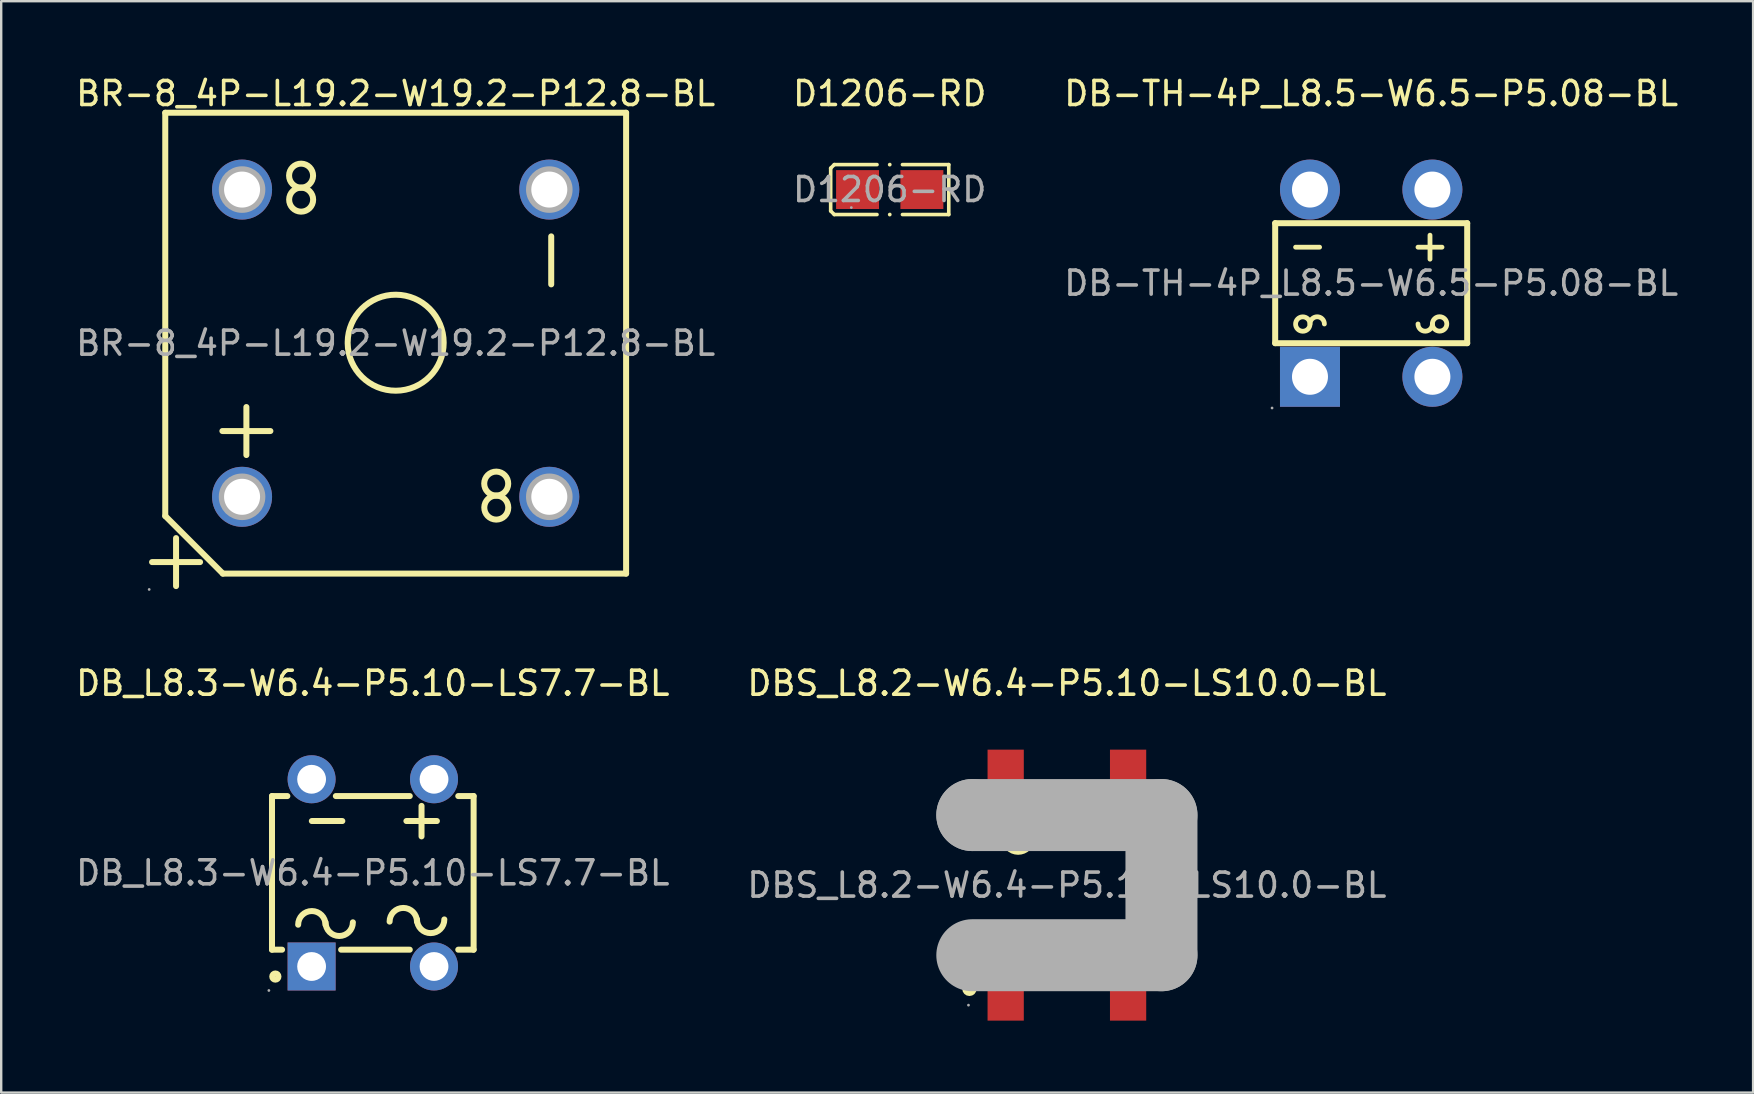
<source format=kicad_pcb>
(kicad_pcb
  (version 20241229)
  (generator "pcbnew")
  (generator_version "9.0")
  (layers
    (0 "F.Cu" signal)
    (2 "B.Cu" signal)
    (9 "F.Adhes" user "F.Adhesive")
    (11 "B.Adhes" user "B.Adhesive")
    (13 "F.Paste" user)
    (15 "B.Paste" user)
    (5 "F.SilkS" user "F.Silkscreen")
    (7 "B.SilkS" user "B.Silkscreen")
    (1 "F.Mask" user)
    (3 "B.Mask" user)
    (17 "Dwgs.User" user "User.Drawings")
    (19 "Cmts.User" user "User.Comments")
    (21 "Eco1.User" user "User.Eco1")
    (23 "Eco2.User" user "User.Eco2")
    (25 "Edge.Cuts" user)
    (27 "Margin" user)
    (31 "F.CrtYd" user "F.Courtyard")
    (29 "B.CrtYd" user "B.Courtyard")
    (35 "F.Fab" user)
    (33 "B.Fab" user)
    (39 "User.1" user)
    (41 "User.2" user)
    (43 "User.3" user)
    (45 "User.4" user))
  (footprint "DB-TH-4P_L8.5-W6.5-P5.08-BL"
    (layer "F.Cu")
    (at 54.077 8.748)
    (property "Reference" "DB-TH-4P_L8.5-W6.5-P5.08-BL" (at 0 -7.9 0) (layer "F.SilkS") (effects (font (size 1 1) (thickness 0.15))))
    (attr through_hole)
    (fp_line (start -4 -2.5) (end -4 2.5) (stroke (width 0.25) (type solid)) (layer "F.SilkS"))
    (fp_line (start -4 2.5) (end 4 2.5) (stroke (width 0.25) (type solid)) (layer "F.SilkS"))
    (fp_line (start -3.15 -1.5) (end -2.15 -1.5) (stroke (width 0.2) (type solid)) (layer "F.SilkS"))
    (fp_line (start 1.95 -1.5) (end 2.95 -1.5) (stroke (width 0.2) (type solid)) (layer "F.SilkS"))
    (fp_line (start 2.45 -1) (end 2.45 -2) (stroke (width 0.2) (type solid)) (layer "F.SilkS"))
    (fp_line (start 4 -2.5) (end -4 -2.5) (stroke (width 0.25) (type solid)) (layer "F.SilkS"))
    (fp_line (start 4 2.5) (end 4 -2.5) (stroke (width 0.25) (type solid)) (layer "F.SilkS"))
    (fp_arc (start -2.550046 1.705236) (mid -3.149988 1.697382) (end -2.55 1.7) (stroke (width 0.2) (type solid)) (layer "F.SilkS"))
    (fp_arc (start -2.55 1.7) (mid -2.25 1.4) (end -1.95 1.7) (stroke (width 0.2) (type solid)) (layer "F.SilkS"))
    (fp_arc (start 2.55 1.7) (mid 2.25 2) (end 1.95 1.7) (stroke (width 0.2) (type solid)) (layer "F.SilkS"))
    (fp_arc (start 2.550046 1.694764) (mid 3.149988 1.702618) (end 2.55 1.7) (stroke (width 0.2) (type solid)) (layer "F.SilkS"))
    (fp_circle (center -4.13 5.2) (end -4.1 5.2) (stroke (width 0.06) (type solid)) (fill no) (layer "F.Fab"))
    (fp_circle (center -2.55 -3.9) (end -2.22 -3.9) (stroke (width 0.65) (type solid)) (fill no) (layer "F.Fab"))
    (fp_circle (center -2.55 3.9) (end -2.22 3.9) (stroke (width 0.65) (type solid)) (fill no) (layer "F.Fab"))
    (fp_circle (center 2.55 -3.9) (end 2.88 -3.9) (stroke (width 0.65) (type solid)) (fill no) (layer "F.Fab"))
    (fp_circle (center 2.55 3.9) (end 2.88 3.9) (stroke (width 0.65) (type solid)) (fill no) (layer "F.Fab"))
    (fp_text user "${REFERENCE}" (at 0 0 0) (layer "F.Fab") (effects (font (size 1 1) (thickness 0.15))))
    (pad "1" thru_hole rect (at -2.55 3.9 180) (size 2.5 2.5) (drill 1.5) (layers "*.Cu" "*.Paste" "*.Mask"))
    (pad "2" thru_hole circle (at 2.55 3.9 180) (size 2.5 2.5) (drill 1.5) (layers "*.Cu" "*.Paste" "*.Mask"))
    (pad "3" thru_hole circle (at 2.55 -3.9 180) (size 2.5 2.5) (drill 1.5) (layers "*.Cu" "*.Paste" "*.Mask"))
    (pad "4" thru_hole circle (at -2.55 -3.9 180) (size 2.5 2.5) (drill 1.5) (layers "*.Cu" "*.Paste" "*.Mask")))
  (footprint "D1206-RD"
    (layer "F.Cu")
    (at 34.018 4.848)
    (property "Reference" "D1206-RD" (at 0 -4 0) (layer "F.SilkS") (effects (font (size 1 1) (thickness 0.15))))
    (attr through_hole)
    (fp_line (start -2.46 -0.89) (end -2.31 -1.04) (stroke (width 0.15) (type solid)) (layer "F.SilkS"))
    (fp_line (start -2.46 0.89) (end -2.46 -0.89) (stroke (width 0.15) (type solid)) (layer "F.SilkS"))
    (fp_line (start -2.31 -1.04) (end -0.53 -1.04) (stroke (width 0.15) (type solid)) (layer "F.SilkS"))
    (fp_line (start -2.31 1.04) (end -2.46 0.89) (stroke (width 0.15) (type solid)) (layer "F.SilkS"))
    (fp_line (start -0.53 1.04) (end -2.31 1.04) (stroke (width 0.15) (type solid)) (layer "F.SilkS"))
    (fp_line (start 0.53 1.04) (end 2.46 1.04) (stroke (width 0.15) (type solid)) (layer "F.SilkS"))
    (fp_line (start 2.46 -1.04) (end 0.53 -1.04) (stroke (width 0.15) (type solid)) (layer "F.SilkS"))
    (fp_line (start 2.46 1.04) (end 2.46 -1.04) (stroke (width 0.15) (type solid)) (layer "F.SilkS"))
    (fp_circle (center 0 -1.04) (end 0.04 -1.04) (stroke (width 0.08) (type solid)) (fill no) (layer "F.SilkS"))
    (fp_circle (center 0 1.04) (end 0.04 1.04) (stroke (width 0.08) (type solid)) (fill no) (layer "F.SilkS"))
    (fp_circle (center -1.6 0.75) (end -1.57 0.75) (stroke (width 0.06) (type solid)) (fill no) (layer "F.Fab"))
    (fp_text user "${REFERENCE}" (at 0 0 0) (layer "F.Fab") (effects (font (size 1 1) (thickness 0.15))))
    (pad "1" smd rect (at -1.34 0) (size 1.79 1.62) (layers "F.Cu" "F.Mask" "F.Paste"))
    (pad "2" smd rect (at 1.34 0) (size 1.79 1.62) (layers "F.Cu" "F.Mask" "F.Paste")))
  (footprint "DB_L8.3-W6.4-P5.10-LS7.7-BL"
    (layer "F.Cu")
    (at 12.482 33.316)
    (property "Reference" "DB_L8.3-W6.4-P5.10-LS7.7-BL" (at 0 -7.9 0) (layer "F.SilkS") (effects (font (size 1 1) (thickness 0.15))))
    (attr through_hole)
    (fp_line (start -4.2 -3.2) (end -4.2 3.2) (stroke (width 0.25) (type solid)) (layer "F.SilkS"))
    (fp_line (start -4.2 -3.2) (end -3.56 -3.2) (stroke (width 0.25) (type solid)) (layer "F.SilkS"))
    (fp_line (start -4.2 3.2) (end -3.78 3.2) (stroke (width 0.25) (type solid)) (layer "F.SilkS"))
    (fp_line (start -2.54 -2.16) (end -1.27 -2.16) (stroke (width 0.25) (type solid)) (layer "F.SilkS"))
    (fp_line (start -1.54 -3.2) (end 1.54 -3.2) (stroke (width 0.25) (type solid)) (layer "F.SilkS"))
    (fp_line (start -1.32 3.2) (end 1.54 3.2) (stroke (width 0.25) (type solid)) (layer "F.SilkS"))
    (fp_line (start 1.4 -2.16) (end 2.67 -2.16) (stroke (width 0.25) (type solid)) (layer "F.SilkS"))
    (fp_line (start 2.03 -1.52) (end 2.03 -2.79) (stroke (width 0.25) (type solid)) (layer "F.SilkS"))
    (fp_line (start 3.56 -3.2) (end 4.2 -3.2) (stroke (width 0.25) (type solid)) (layer "F.SilkS"))
    (fp_line (start 3.56 3.2) (end 4.2 3.2) (stroke (width 0.25) (type solid)) (layer "F.SilkS"))
    (fp_line (start 4.2 -3.2) (end 4.2 3.2) (stroke (width 0.25) (type solid)) (layer "F.SilkS"))
    (fp_arc (start -3.11 2.16) (mid -2.54 1.59) (end -1.97 2.16) (stroke (width 0.25) (type solid)) (layer "F.SilkS"))
    (fp_arc (start -0.83 2.06) (mid -1.4 2.63) (end -1.97 2.06) (stroke (width 0.25) (type solid)) (layer "F.SilkS"))
    (fp_arc (start 0.7 2.03) (mid 1.27 1.46) (end 1.84 2.03) (stroke (width 0.25) (type solid)) (layer "F.SilkS"))
    (fp_arc (start 2.98 1.94) (mid 2.41 2.51) (end 1.84 1.94) (stroke (width 0.25) (type solid)) (layer "F.SilkS"))
    (fp_circle (center -4.06 4.32) (end -3.93 4.32) (stroke (width 0.25) (type solid)) (fill no) (layer "F.SilkS"))
    (fp_circle (center -4.33 4.9) (end -4.3 4.9) (stroke (width 0.06) (type solid)) (fill no) (layer "F.Fab"))
    (fp_circle (center -2.55 -3.9) (end -2.3 -3.9) (stroke (width 0.5) (type solid)) (fill no) (layer "F.Fab"))
    (fp_circle (center -2.55 3.9) (end -2.3 3.9) (stroke (width 0.5) (type solid)) (fill no) (layer "F.Fab"))
    (fp_circle (center 2.55 -3.9) (end 2.8 -3.9) (stroke (width 0.5) (type solid)) (fill no) (layer "F.Fab"))
    (fp_circle (center 2.55 3.9) (end 2.8 3.9) (stroke (width 0.5) (type solid)) (fill no) (layer "F.Fab"))
    (fp_text user "${REFERENCE}" (at 0 0 0) (layer "F.Fab") (effects (font (size 1 1) (thickness 0.15))))
    (pad "1" thru_hole rect (at -2.55 3.9 90) (size 2 2) (drill 1.2) (layers "*.Cu" "*.Paste" "*.Mask"))
    (pad "2" thru_hole circle (at 2.55 3.9 90) (size 2 2) (drill 1.2) (layers "*.Cu" "*.Paste" "*.Mask"))
    (pad "3" thru_hole circle (at 2.55 -3.9 90) (size 2 2) (drill 1.2) (layers "*.Cu" "*.Paste" "*.Mask"))
    (pad "4" thru_hole circle (at -2.55 -3.9 90) (size 2 2) (drill 1.2) (layers "*.Cu" "*.Paste" "*.Mask")))
  (footprint "DBS_L8.2-W6.4-P5.10-LS10.0-BL"
    (layer "F.Cu")
    (at 41.399 33.827)
    (property "Reference" "DBS_L8.2-W6.4-P5.10-LS10.0-BL" (at 0 -8.41 0) (layer "F.SilkS") (effects (font (size 1 1) (thickness 0.15))))
    (attr through_hole)
    (fp_line (start -2.67 1.65) (end -2.67 2.92) (stroke (width 0.25) (type solid)) (layer "F.SilkS"))
    (fp_line (start -2.03 2.29) (end -3.3 2.29) (stroke (width 0.25) (type solid)) (layer "F.SilkS"))
    (fp_line (start 3.17 2.29) (end 1.9 2.29) (stroke (width 0.25) (type solid)) (layer "F.SilkS"))
    (fp_arc (start -3.75 -1.87) (mid -3.18 -2.44) (end -2.61 -1.87) (stroke (width 0.25) (type solid)) (layer "F.SilkS"))
    (fp_arc (start -2.609912 -1.980122) (mid -1.450022 -1.964939) (end -2.61 -1.97) (stroke (width 0.25) (type solid)) (layer "F.SilkS"))
    (fp_arc (start -1.02 2.8) (mid -0.001354 1.875111) (end 1.019732 2.797306) (stroke (width 0.25) (type solid)) (layer "F.SilkS"))
    (fp_arc (start 1.33 -1.87) (mid 1.9 -2.44) (end 2.47 -1.87) (stroke (width 0.25) (type solid)) (layer "F.SilkS"))
    (fp_arc (start 2.470088 -1.980122) (mid 3.629978 -1.964939) (end 2.47 -1.97) (stroke (width 0.25) (type solid)) (layer "F.SilkS"))
    (fp_circle (center -4.06 4.32) (end -3.91 4.32) (stroke (width 0.3) (type solid)) (fill no) (layer "F.SilkS"))
    (fp_line (start -3.94 -2.92) (end -3.94 -2.92) (stroke (width 3) (type solid)) (layer "F.Fab"))
    (fp_line (start -3.94 -2.92) (end 3.94 -2.92) (stroke (width 3) (type solid)) (layer "F.Fab"))
    (fp_line (start 3.94 -2.92) (end 3.94 2.92) (stroke (width 3) (type solid)) (layer "F.Fab"))
    (fp_line (start 3.94 2.92) (end -3.94 2.92) (stroke (width 3) (type solid)) (layer "F.Fab"))
    (fp_circle (center -4.1 5) (end -4.07 5) (stroke (width 0.06) (type solid)) (fill no) (layer "F.Fab"))
    (fp_text user "${REFERENCE}" (at 0 0 0) (layer "F.Fab") (effects (font (size 1 1) (thickness 0.15))))
    (pad "1" smd rect (at -2.55 4.41 180) (size 1.51 2.47) (layers "F.Cu" "F.Mask" "F.Paste"))
    (pad "2" smd rect (at 2.55 4.41 180) (size 1.51 2.47) (layers "F.Cu" "F.Mask" "F.Paste"))
    (pad "3" smd rect (at 2.55 -4.41 180) (size 1.51 2.47) (layers "F.Cu" "F.Mask" "F.Paste"))
    (pad "4" smd rect (at -2.55 -4.41 180) (size 1.51 2.47) (layers "F.Cu" "F.Mask" "F.Paste")))
  (footprint "BR-8_4P-L19.2-W19.2-P12.8-BL"
    (layer "F.Cu")
    (at 13.435 11.248)
    (property "Reference" "BR-8_4P-L19.2-W19.2-P12.8-BL" (at 0 -10.4 0) (layer "F.SilkS") (effects (font (size 1 1) (thickness 0.15))))
    (attr through_hole)
    (fp_line (start -9.6 -9.6) (end 9.6 -9.6) (stroke (width 0.25) (type solid)) (layer "F.SilkS"))
    (fp_line (start -9.6 7.2) (end -9.6 -9.6) (stroke (width 0.25) (type solid)) (layer "F.SilkS"))
    (fp_line (start -9.15 8.12) (end -9.15 10.12) (stroke (width 0.25) (type solid)) (layer "F.SilkS"))
    (fp_line (start -8.15 9.12) (end -10.15 9.12) (stroke (width 0.25) (type solid)) (layer "F.SilkS"))
    (fp_line (start -7.2 9.6) (end -9.6 7.2) (stroke (width 0.25) (type solid)) (layer "F.SilkS"))
    (fp_line (start -6.22 2.66) (end -6.22 4.66) (stroke (width 0.25) (type solid)) (layer "F.SilkS"))
    (fp_line (start -5.22 3.66) (end -7.22 3.66) (stroke (width 0.25) (type solid)) (layer "F.SilkS"))
    (fp_line (start 6.48 -4.45) (end 6.48 -2.45) (stroke (width 0.25) (type solid)) (layer "F.SilkS"))
    (fp_line (start 9.6 -9.6) (end 9.6 9.6) (stroke (width 0.25) (type solid)) (layer "F.SilkS"))
    (fp_line (start 9.6 9.6) (end -7.2 9.6) (stroke (width 0.25) (type solid)) (layer "F.SilkS"))
    (fp_arc (start -3.948726 -5.480076) (mid -3.935637 -6.479981) (end -3.94 -5.48) (stroke (width 0.25) (type solid)) (layer "F.SilkS"))
    (fp_arc (start -3.931274 -7.479924) (mid -3.944363 -6.480019) (end -3.94 -7.48) (stroke (width 0.25) (type solid)) (layer "F.SilkS"))
    (fp_arc (start -2 -0.04) (mid 2.0001 -0.020072) (end -1.999999 0.000144) (stroke (width 0.25) (type solid)) (layer "F.SilkS"))
    (fp_arc (start 4.181274 7.349924) (mid 4.194363 6.350019) (end 4.19 7.35) (stroke (width 0.25) (type solid)) (layer "F.SilkS"))
    (fp_arc (start 4.198726 5.350076) (mid 4.185637 6.349981) (end 4.19 5.35) (stroke (width 0.25) (type solid)) (layer "F.SilkS"))
    (fp_circle (center -10.27 10.26) (end -10.24 10.26) (stroke (width 0.06) (type solid)) (fill no) (layer "F.Fab"))
    (fp_circle (center -6.4 -6.4) (end -6.08 -6.4) (stroke (width 0.65) (type solid)) (fill no) (layer "F.Fab"))
    (fp_circle (center -6.4 6.4) (end -6.08 6.4) (stroke (width 0.65) (type solid)) (fill no) (layer "F.Fab"))
    (fp_circle (center 6.4 -6.4) (end 6.72 -6.4) (stroke (width 0.65) (type solid)) (fill no) (layer "F.Fab"))
    (fp_circle (center 6.4 6.4) (end 6.72 6.4) (stroke (width 0.65) (type solid)) (fill no) (layer "F.Fab"))
    (fp_text user "${REFERENCE}" (at 0 0 0) (layer "F.Fab") (effects (font (size 1 1) (thickness 0.15))))
    (pad "1" thru_hole circle (at -6.4 6.4 180) (size 2.5 2.5) (drill 1.5) (layers "*.Cu" "*.Paste" "*.Mask"))
    (pad "2" thru_hole circle (at 6.4 6.4 180) (size 2.5 2.5) (drill 1.5) (layers "*.Cu" "*.Paste" "*.Mask"))
    (pad "3" thru_hole circle (at 6.4 -6.4 180) (size 2.5 2.5) (drill 1.5) (layers "*.Cu" "*.Paste" "*.Mask"))
    (pad "4" thru_hole circle (at -6.4 -6.4 180) (size 2.5 2.5) (drill 1.5) (layers "*.Cu" "*.Paste" "*.Mask")))
  (gr_rect
    (start -3 -3)
    (end 69.988 42.471)
    (stroke (width 0.1) (type default))
    (fill no)
    (layer "Edge.Cuts")))
</source>
